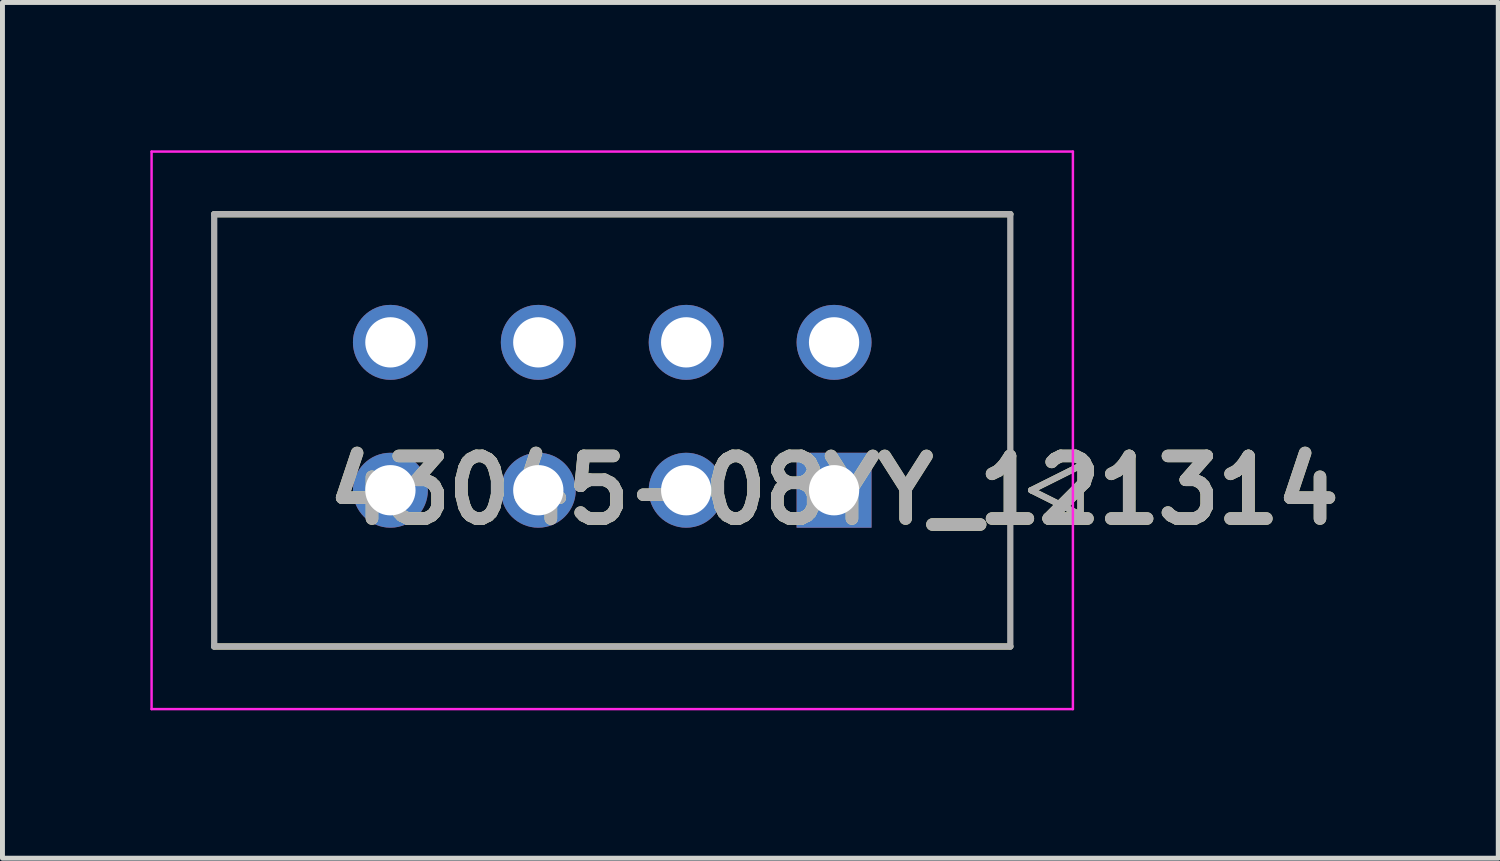
<source format=kicad_pcb>
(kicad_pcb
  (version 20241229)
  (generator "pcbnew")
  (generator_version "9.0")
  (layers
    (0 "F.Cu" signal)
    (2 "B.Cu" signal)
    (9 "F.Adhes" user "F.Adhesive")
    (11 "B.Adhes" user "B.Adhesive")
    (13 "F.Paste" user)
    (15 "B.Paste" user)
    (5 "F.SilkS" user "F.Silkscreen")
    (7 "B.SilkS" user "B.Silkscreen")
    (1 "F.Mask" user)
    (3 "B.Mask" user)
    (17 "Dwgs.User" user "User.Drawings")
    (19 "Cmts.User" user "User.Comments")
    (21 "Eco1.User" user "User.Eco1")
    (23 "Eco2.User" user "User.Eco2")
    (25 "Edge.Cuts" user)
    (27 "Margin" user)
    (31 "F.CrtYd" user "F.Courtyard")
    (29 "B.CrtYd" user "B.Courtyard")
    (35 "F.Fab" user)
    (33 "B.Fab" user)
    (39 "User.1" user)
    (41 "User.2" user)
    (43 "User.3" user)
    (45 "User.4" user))
  (footprint "43045-08YY_121314"
    (layer "F.Cu")
    (at 13.87 6.895)
    (property "Reference" "43045-08YY_121314" (at 0 0 0) (layer "F.SilkS") (effects (font (size 1.27 1.27) (thickness 0.254))))
    (attr through_hole)
    (fp_line (start -12.575 -5.6) (end 3.575 -5.6) (stroke (width 0.127) (type solid)) (layer "F.SilkS"))
    (fp_line (start 3.575 3.17) (end -12.575 3.17) (stroke (width 0.127) (type solid)) (layer "F.SilkS"))
    (fp_line (start 4 0) (end 5 -0.5) (stroke (width 0.127) (type solid)) (layer "F.SilkS"))
    (fp_line (start 5 -0.5) (end 5 0.5) (stroke (width 0.127) (type solid)) (layer "F.SilkS"))
    (fp_line (start 5 0.5) (end 4 0) (stroke (width 0.127) (type solid)) (layer "F.SilkS"))
    (fp_line (start -13.845 -6.87) (end 4.845 -6.87) (stroke (width 0.05) (type solid)) (layer "F.CrtYd"))
    (fp_line (start -13.845 4.44) (end -13.845 -6.87) (stroke (width 0.05) (type solid)) (layer "F.CrtYd"))
    (fp_line (start 4.845 -6.87) (end 4.845 4.44) (stroke (width 0.05) (type solid)) (layer "F.CrtYd"))
    (fp_line (start 4.845 4.44) (end -13.845 4.44) (stroke (width 0.05) (type solid)) (layer "F.CrtYd"))
    (fp_line (start -12.575 -5.6) (end 3.575 -5.6) (stroke (width 0.127) (type solid)) (layer "F.Fab"))
    (fp_line (start -12.575 3.17) (end -12.575 -5.6) (stroke (width 0.127) (type solid)) (layer "F.Fab"))
    (fp_line (start 3.575 -5.6) (end 3.575 3.17) (stroke (width 0.127) (type solid)) (layer "F.Fab"))
    (fp_line (start 3.575 3.17) (end -12.575 3.17) (stroke (width 0.127) (type solid)) (layer "F.Fab"))
    (fp_line (start 4 0) (end 5 -0.5) (stroke (width 0.127) (type solid)) (layer "F.Fab"))
    (fp_line (start 5 -0.5) (end 5 0.5) (stroke (width 0.127) (type solid)) (layer "F.Fab"))
    (fp_line (start 5 0.5) (end 4 0) (stroke (width 0.127) (type solid)) (layer "F.Fab"))
    (fp_text user "${REFERENCE}" (at 0 0 0) (layer "F.Fab") (effects (font (size 1.27 1.27) (thickness 0.254))))
    (pad "" np_thru_hole circle (at -12 -3.94) (size 0.001 0.001) (drill 1.02) (layers "*.Cu" "*.Mask"))
    (pad "" np_thru_hole circle (at 3 -3.94) (size 0.001 0.001) (drill 1.02) (layers "*.Cu" "*.Mask"))
    (pad "1" thru_hole rect (at 0 0) (size 1.52 1.52) (drill 1.02) (layers "*.Cu" "*.Mask"))
    (pad "2" thru_hole circle (at -3 0) (size 1.52 1.52) (drill 1.02) (layers "*.Cu" "*.Mask"))
    (pad "3" thru_hole circle (at -6 0) (size 1.52 1.52) (drill 1.02) (layers "*.Cu" "*.Mask"))
    (pad "4" thru_hole circle (at -9 0) (size 1.52 1.52) (drill 1.02) (layers "*.Cu" "*.Mask"))
    (pad "5" thru_hole circle (at 0 -3) (size 1.52 1.52) (drill 1.02) (layers "*.Cu" "*.Mask"))
    (pad "6" thru_hole circle (at -3 -3) (size 1.52 1.52) (drill 1.02) (layers "*.Cu" "*.Mask"))
    (pad "7" thru_hole circle (at -6 -3) (size 1.52 1.52) (drill 1.02) (layers "*.Cu" "*.Mask"))
    (pad "8" thru_hole circle (at -9 -3) (size 1.52 1.52) (drill 1.02) (layers "*.Cu" "*.Mask")))
  (gr_rect
    (start -3 -3)
    (end 27.344 14.36)
    (stroke (width 0.1) (type default))
    (fill no)
    (layer "Edge.Cuts")))
</source>
